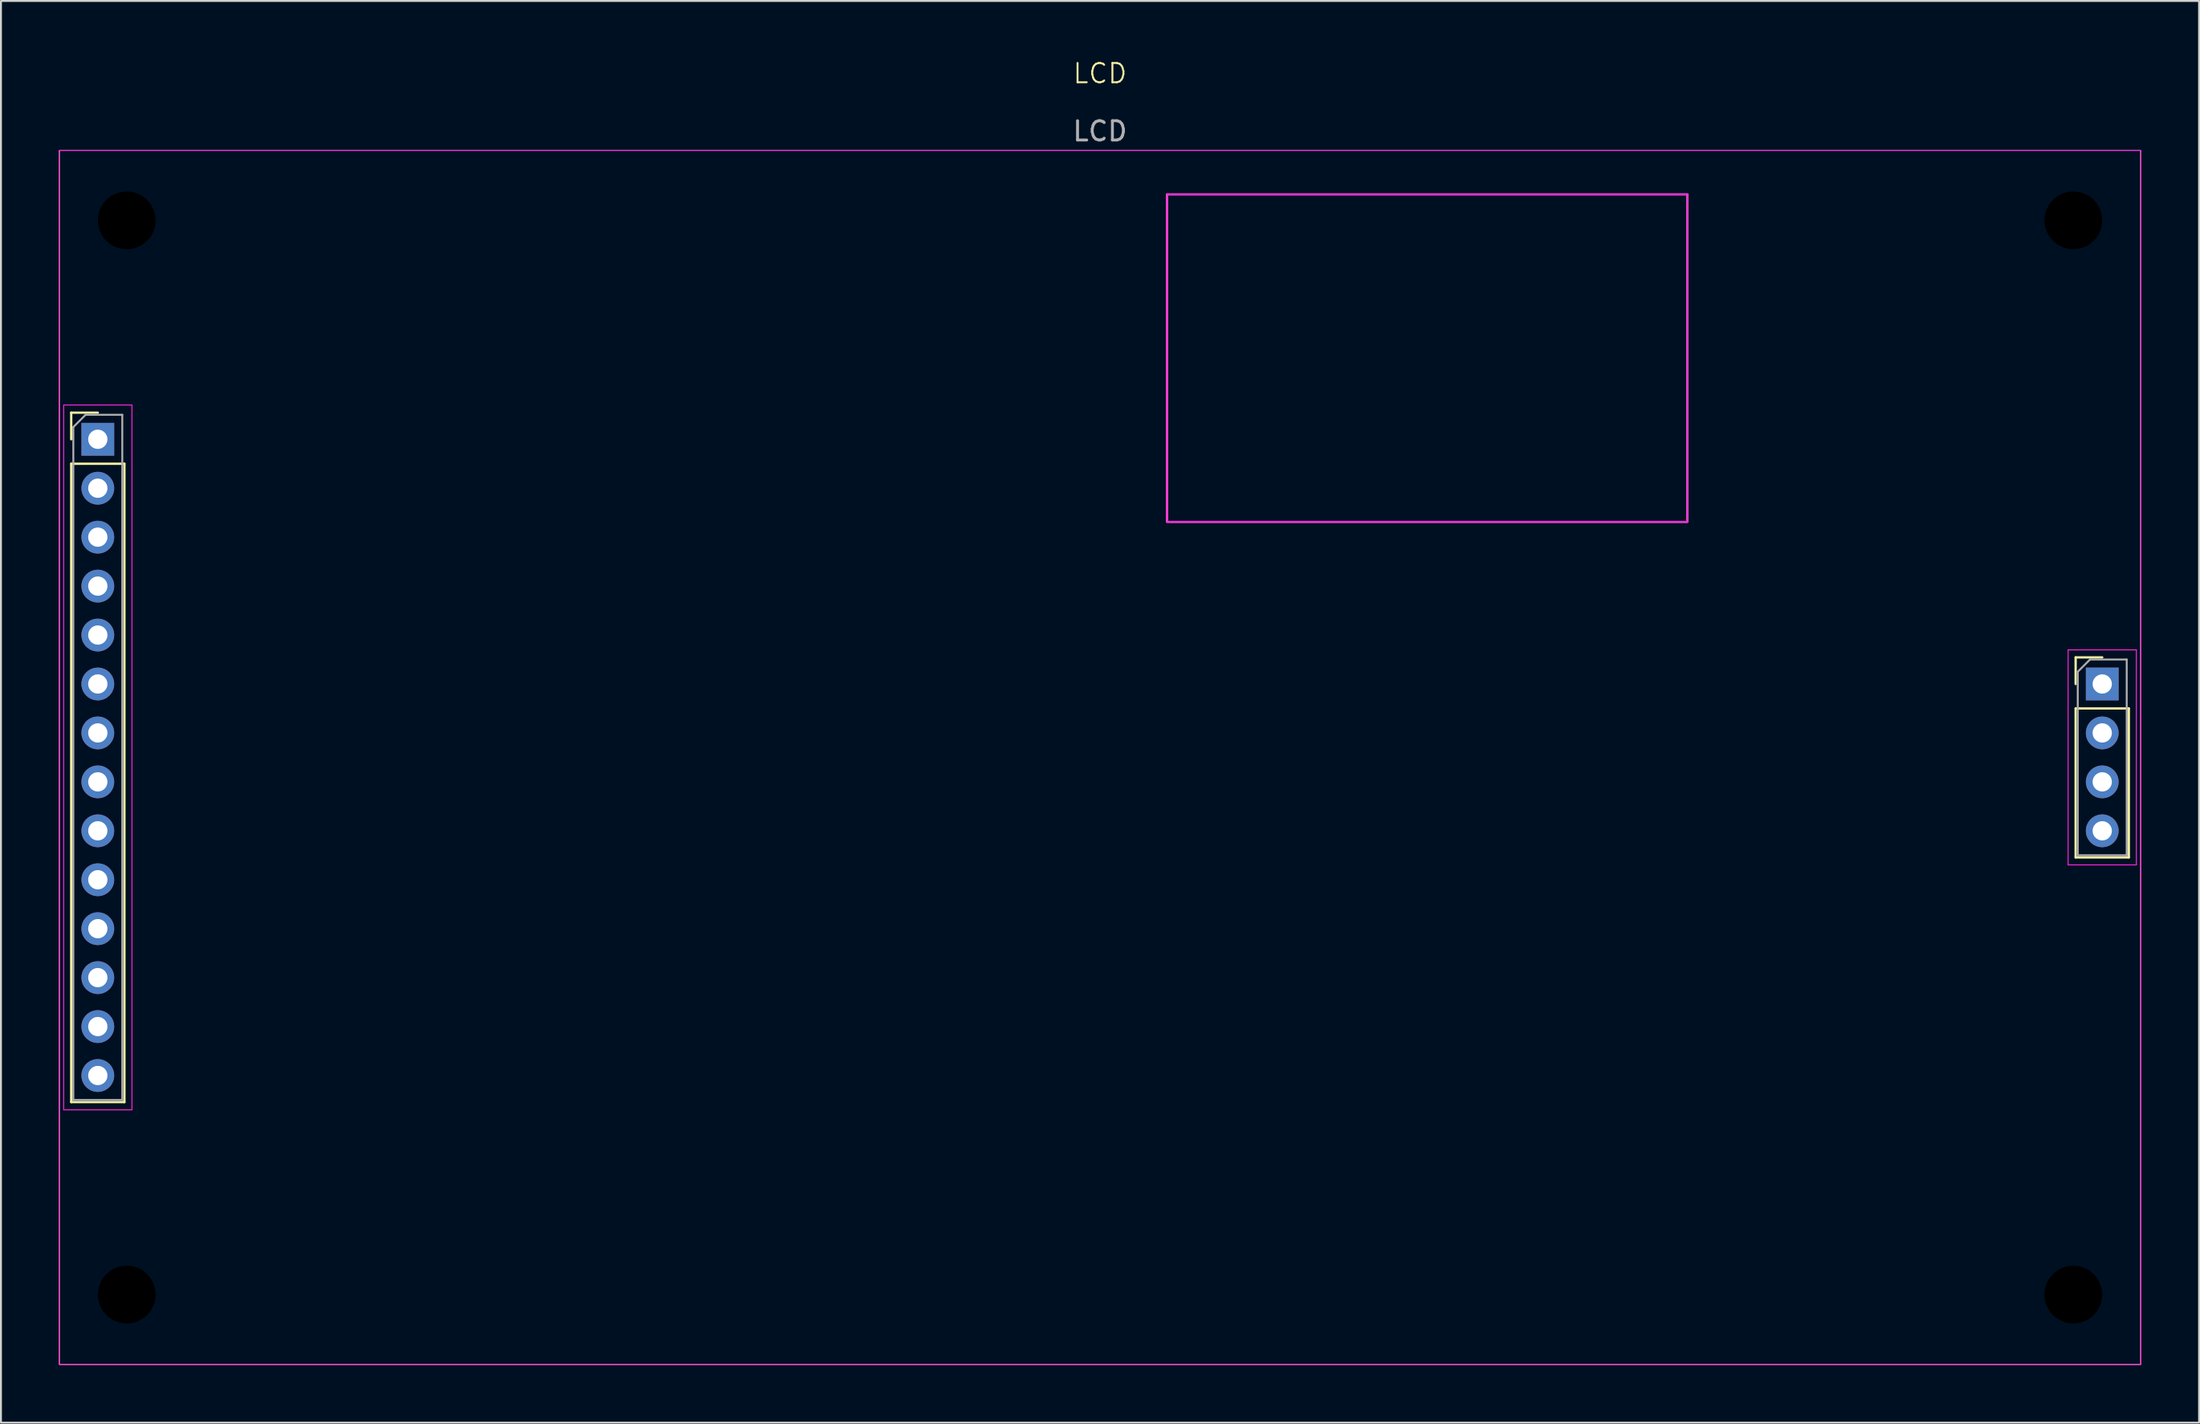
<source format=kicad_pcb>
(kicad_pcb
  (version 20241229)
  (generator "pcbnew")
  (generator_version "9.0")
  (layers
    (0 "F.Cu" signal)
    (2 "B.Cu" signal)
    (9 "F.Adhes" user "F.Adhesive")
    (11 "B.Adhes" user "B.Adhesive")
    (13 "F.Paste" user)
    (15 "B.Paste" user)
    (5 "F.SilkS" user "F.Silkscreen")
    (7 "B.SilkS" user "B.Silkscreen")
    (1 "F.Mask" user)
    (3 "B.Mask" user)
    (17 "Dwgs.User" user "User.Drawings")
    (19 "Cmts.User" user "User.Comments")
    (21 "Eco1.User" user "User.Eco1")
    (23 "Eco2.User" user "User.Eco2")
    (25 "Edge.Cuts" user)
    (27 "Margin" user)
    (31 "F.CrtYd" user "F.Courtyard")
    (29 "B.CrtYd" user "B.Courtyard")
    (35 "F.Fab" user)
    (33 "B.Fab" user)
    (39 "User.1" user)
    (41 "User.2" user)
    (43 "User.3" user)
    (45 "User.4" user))
  (footprint "LCD"
    (layer "F.Cu")
    (at 54.025 36.261)
    (property "Reference" "LCD" (at 0 -35.5 0) (unlocked yes) (layer "F.SilkS") (effects (font (size 1 1) (thickness 0.1))))
    (attr smd)
    (fp_line (start -53.38 -17.893) (end -52 -17.893) (stroke (width 0.12) (type solid)) (layer "F.SilkS"))
    (fp_line (start -53.38 -16.513) (end -53.38 -17.893) (stroke (width 0.12) (type solid)) (layer "F.SilkS"))
    (fp_line (start -53.38 -15.243) (end -53.38 17.887) (stroke (width 0.12) (type solid)) (layer "F.SilkS"))
    (fp_line (start -53.38 -15.243) (end -50.62 -15.243) (stroke (width 0.12) (type solid)) (layer "F.SilkS"))
    (fp_line (start -53.38 17.887) (end -50.62 17.887) (stroke (width 0.12) (type solid)) (layer "F.SilkS"))
    (fp_line (start -50.62 -15.243) (end -50.62 17.887) (stroke (width 0.12) (type solid)) (layer "F.SilkS"))
    (fp_line (start 50.62 -5.193) (end 52 -5.193) (stroke (width 0.12) (type solid)) (layer "F.SilkS"))
    (fp_line (start 50.62 -3.813) (end 50.62 -5.193) (stroke (width 0.12) (type solid)) (layer "F.SilkS"))
    (fp_line (start 50.62 -2.543) (end 50.62 5.187) (stroke (width 0.12) (type solid)) (layer "F.SilkS"))
    (fp_line (start 50.62 -2.543) (end 53.38 -2.543) (stroke (width 0.12) (type solid)) (layer "F.SilkS"))
    (fp_line (start 50.62 5.187) (end 53.38 5.187) (stroke (width 0.12) (type solid)) (layer "F.SilkS"))
    (fp_line (start 53.38 -2.543) (end 53.38 5.187) (stroke (width 0.12) (type solid)) (layer "F.SilkS"))
    (fp_rect (start -54 -31.5) (end 54 31.5) (stroke (width 0.05) (type solid)) (fill no) (layer "F.SilkS"))
    (fp_rect (start 3.476 -29.227) (end 30.476 -12.227) (stroke (width 0.1) (type solid)) (fill no) (layer "F.SilkS"))
    (fp_line (start -53.77 -18.293) (end -53.77 18.287) (stroke (width 0.05) (type solid)) (layer "F.CrtYd"))
    (fp_line (start -53.77 18.287) (end -50.23 18.287) (stroke (width 0.05) (type solid)) (layer "F.CrtYd"))
    (fp_line (start -50.23 -18.293) (end -53.77 -18.293) (stroke (width 0.05) (type solid)) (layer "F.CrtYd"))
    (fp_line (start -50.23 18.287) (end -50.23 -18.293) (stroke (width 0.05) (type solid)) (layer "F.CrtYd"))
    (fp_line (start 50.23 -5.583) (end 50.23 5.577) (stroke (width 0.05) (type solid)) (layer "F.CrtYd"))
    (fp_line (start 50.23 5.577) (end 53.77 5.577) (stroke (width 0.05) (type solid)) (layer "F.CrtYd"))
    (fp_line (start 53.77 -5.583) (end 50.23 -5.583) (stroke (width 0.05) (type solid)) (layer "F.CrtYd"))
    (fp_line (start 53.77 5.577) (end 53.77 -5.583) (stroke (width 0.05) (type solid)) (layer "F.CrtYd"))
    (fp_rect (start -54 -31.5) (end 54 31.5) (stroke (width 0.05) (type solid)) (fill no) (layer "F.CrtYd"))
    (fp_rect (start 3.476 -29.227) (end 30.476 -12.227) (stroke (width 0.1) (type solid)) (fill no) (layer "F.CrtYd"))
    (fp_line (start -53.27 -17.148) (end -52.635 -17.783) (stroke (width 0.1) (type solid)) (layer "F.Fab"))
    (fp_line (start -53.27 17.777) (end -53.27 -17.148) (stroke (width 0.1) (type solid)) (layer "F.Fab"))
    (fp_line (start -52.635 -17.783) (end -50.73 -17.783) (stroke (width 0.1) (type solid)) (layer "F.Fab"))
    (fp_line (start -50.73 -17.783) (end -50.73 17.777) (stroke (width 0.1) (type solid)) (layer "F.Fab"))
    (fp_line (start -50.73 17.777) (end -53.27 17.777) (stroke (width 0.1) (type solid)) (layer "F.Fab"))
    (fp_line (start 50.73 -4.448) (end 51.365 -5.083) (stroke (width 0.1) (type solid)) (layer "F.Fab"))
    (fp_line (start 50.73 5.077) (end 50.73 -4.448) (stroke (width 0.1) (type solid)) (layer "F.Fab"))
    (fp_line (start 51.365 -5.083) (end 53.27 -5.083) (stroke (width 0.1) (type solid)) (layer "F.Fab"))
    (fp_line (start 53.27 -5.083) (end 53.27 5.077) (stroke (width 0.1) (type solid)) (layer "F.Fab"))
    (fp_line (start 53.27 5.077) (end 50.73 5.077) (stroke (width 0.1) (type solid)) (layer "F.Fab"))
    (fp_rect (start -53.5 -30.875) (end 53.5 30.875) (stroke (width 0.1) (type solid)) (fill no) (layer "User.1"))
    (fp_rect (start 3.75 -28.977) (end 30.25 -12.477) (stroke (width 0.1) (type solid)) (fill no) (layer "User.1"))
    (fp_text user "${REFERENCE}" (at 0 -32.5 0) (unlocked yes) (layer "F.Fab") (effects (font (size 1 1) (thickness 0.15))))
    (pad "" np_thru_hole circle (at -50.5 -27.875) (size 3 3) (drill 3.2) (layers "*.Mask"))
    (pad "" np_thru_hole circle (at -50.5 27.875) (size 3 3) (drill 3.2) (layers "*.Mask"))
    (pad "" np_thru_hole circle (at 50.5 -27.875) (size 3 3) (drill 3.2) (layers "*.Mask"))
    (pad "" np_thru_hole circle (at 50.5 27.875) (size 3 3) (drill 3.2) (layers "*.Mask"))
    (pad "1" thru_hole rect (at -52 -16.513) (size 1.7 1.7) (drill 1) (layers "*.Cu" "*.Mask"))
    (pad "2" thru_hole circle (at -52 -13.973) (size 1.7 1.7) (drill 1) (layers "*.Cu" "*.Mask"))
    (pad "3" thru_hole circle (at -52 -11.433) (size 1.7 1.7) (drill 1) (layers "*.Cu" "*.Mask"))
    (pad "4" thru_hole circle (at -52 -8.893) (size 1.7 1.7) (drill 1) (layers "*.Cu" "*.Mask"))
    (pad "5" thru_hole circle (at -52 -6.353) (size 1.7 1.7) (drill 1) (layers "*.Cu" "*.Mask"))
    (pad "6" thru_hole circle (at -52 -3.813) (size 1.7 1.7) (drill 1) (layers "*.Cu" "*.Mask"))
    (pad "7" thru_hole circle (at -52 -1.273) (size 1.7 1.7) (drill 1) (layers "*.Cu" "*.Mask"))
    (pad "8" thru_hole circle (at -52 1.267) (size 1.7 1.7) (drill 1) (layers "*.Cu" "*.Mask"))
    (pad "9" thru_hole circle (at -52 3.807) (size 1.7 1.7) (drill 1) (layers "*.Cu" "*.Mask"))
    (pad "10" thru_hole circle (at -52 6.347) (size 1.7 1.7) (drill 1) (layers "*.Cu" "*.Mask"))
    (pad "11" thru_hole circle (at -52 8.887) (size 1.7 1.7) (drill 1) (layers "*.Cu" "*.Mask"))
    (pad "12" thru_hole circle (at -52 11.427) (size 1.7 1.7) (drill 1) (layers "*.Cu" "*.Mask"))
    (pad "13" thru_hole circle (at -52 13.967) (size 1.7 1.7) (drill 1) (layers "*.Cu" "*.Mask"))
    (pad "14" thru_hole circle (at -52 16.507) (size 1.7 1.7) (drill 1) (layers "*.Cu" "*.Mask"))
    (pad "15" thru_hole rect (at 52 -3.813) (size 1.7 1.7) (drill 1) (layers "*.Cu" "*.Mask"))
    (pad "16" thru_hole circle (at 52 -1.273) (size 1.7 1.7) (drill 1) (layers "*.Cu" "*.Mask"))
    (pad "17" thru_hole circle (at 52 1.267) (size 1.7 1.7) (drill 1) (layers "*.Cu" "*.Mask"))
    (pad "18" thru_hole circle (at 52 3.807) (size 1.7 1.7) (drill 1) (layers "*.Cu" "*.Mask")))
  (gr_rect
    (start -3 -3)
    (end 111.05 70.785)
    (stroke (width 0.1) (type default))
    (fill no)
    (layer "Edge.Cuts")))
</source>
